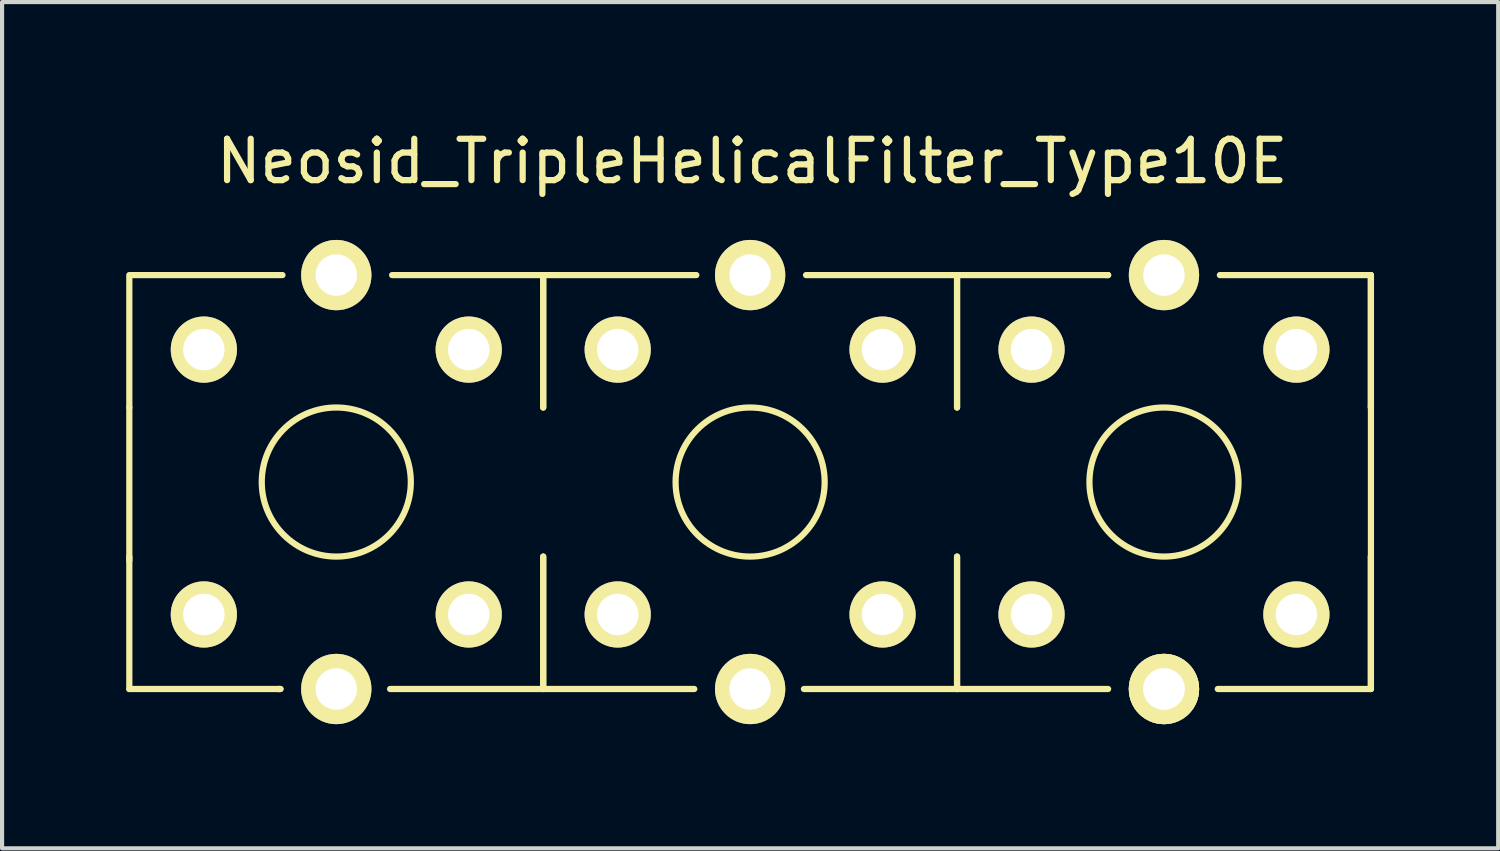
<source format=kicad_pcb>
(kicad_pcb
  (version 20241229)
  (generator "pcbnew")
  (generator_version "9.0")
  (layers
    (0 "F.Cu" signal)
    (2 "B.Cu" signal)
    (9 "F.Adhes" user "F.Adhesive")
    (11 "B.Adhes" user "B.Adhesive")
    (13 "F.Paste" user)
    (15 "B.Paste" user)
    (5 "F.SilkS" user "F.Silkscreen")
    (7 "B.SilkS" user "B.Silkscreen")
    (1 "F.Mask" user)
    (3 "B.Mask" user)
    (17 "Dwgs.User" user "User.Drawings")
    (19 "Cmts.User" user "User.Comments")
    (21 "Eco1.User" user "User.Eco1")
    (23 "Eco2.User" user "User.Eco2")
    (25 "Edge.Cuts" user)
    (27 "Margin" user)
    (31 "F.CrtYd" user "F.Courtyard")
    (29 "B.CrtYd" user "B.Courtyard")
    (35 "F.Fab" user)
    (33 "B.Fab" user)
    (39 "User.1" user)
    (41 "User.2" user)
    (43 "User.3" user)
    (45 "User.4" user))
  (footprint "Neosid_TripleHelicalFilter_Type10E"
    (layer "F.Cu")
    (at 15.076 8.598)
    (property "Reference" "Neosid_TripleHelicalFilter_Type10E" (at 0.051 -7.75 0) (layer "F.SilkS") (effects (font (size 1 1) (thickness 0.15))))
    (attr through_hole)
    (fp_line (start -15.001 -5.001) (end -15.001 -1.801) (stroke (width 0.15) (type solid)) (layer "F.SilkS"))
    (fp_line (start -15.001 -1.801) (end -15.001 1.9) (stroke (width 0.15) (type solid)) (layer "F.SilkS"))
    (fp_line (start -15.001 1.801) (end -15.001 5.001) (stroke (width 0.15) (type solid)) (layer "F.SilkS"))
    (fp_line (start -15.001 5.001) (end -11.349 5.001) (stroke (width 0.15) (type solid)) (layer "F.SilkS"))
    (fp_line (start -11.349 5.001) (end -11.4 5.001) (stroke (width 0.15) (type solid)) (layer "F.SilkS"))
    (fp_line (start -11.3 -5.001) (end -14.95 -5.001) (stroke (width 0.15) (type solid)) (layer "F.SilkS"))
    (fp_line (start -8.7 5.001) (end -1.349 5.001) (stroke (width 0.15) (type solid)) (layer "F.SilkS"))
    (fp_line (start -5.001 -5.001) (end -5.001 -1.801) (stroke (width 0.15) (type solid)) (layer "F.SilkS"))
    (fp_line (start -5.001 1.801) (end -5.001 5.001) (stroke (width 0.15) (type solid)) (layer "F.SilkS"))
    (fp_line (start -4.999 -1.801) (end -4.999 -5.001) (stroke (width 0.15) (type solid)) (layer "F.SilkS"))
    (fp_line (start -4.999 5.001) (end -4.999 1.801) (stroke (width 0.15) (type solid)) (layer "F.SilkS"))
    (fp_line (start -1.3 -5.001) (end -8.651 -5.001) (stroke (width 0.15) (type solid)) (layer "F.SilkS"))
    (fp_line (start 1.3 5.001) (end 5.001 5.001) (stroke (width 0.15) (type solid)) (layer "F.SilkS"))
    (fp_line (start 4.999 -5.001) (end 4.999 -1.801) (stroke (width 0.15) (type solid)) (layer "F.SilkS"))
    (fp_line (start 4.999 1.801) (end 4.999 5.001) (stroke (width 0.15) (type solid)) (layer "F.SilkS"))
    (fp_line (start 5.001 -5.001) (end 1.351 -5.001) (stroke (width 0.15) (type solid)) (layer "F.SilkS"))
    (fp_line (start 5.001 -5.001) (end 8.651 -5.001) (stroke (width 0.15) (type solid)) (layer "F.SilkS"))
    (fp_line (start 5.001 -1.801) (end 5.001 -5.001) (stroke (width 0.15) (type solid)) (layer "F.SilkS"))
    (fp_line (start 5.001 5.001) (end 5.001 1.801) (stroke (width 0.15) (type solid)) (layer "F.SilkS"))
    (fp_line (start 5.001 5.001) (end 8.651 5.001) (stroke (width 0.15) (type solid)) (layer "F.SilkS"))
    (fp_line (start 8.651 -5.001) (end 8.6 -5.001) (stroke (width 0.15) (type solid)) (layer "F.SilkS"))
    (fp_line (start 11.3 5.001) (end 15.001 5.001) (stroke (width 0.15) (type solid)) (layer "F.SilkS"))
    (fp_line (start 11.351 -5.001) (end 15.001 -5.001) (stroke (width 0.15) (type solid)) (layer "F.SilkS"))
    (fp_line (start 14.999 -5.001) (end 14.999 -1.801) (stroke (width 0.15) (type solid)) (layer "F.SilkS"))
    (fp_line (start 14.999 1.801) (end 14.999 5.001) (stroke (width 0.15) (type solid)) (layer "F.SilkS"))
    (fp_line (start 15.001 -1.849) (end 15.001 1.801) (stroke (width 0.15) (type solid)) (layer "F.SilkS"))
    (fp_line (start 15.001 -1.801) (end 15.001 -5.001) (stroke (width 0.15) (type solid)) (layer "F.SilkS"))
    (fp_line (start 15.001 5.001) (end 15.001 1.801) (stroke (width 0.15) (type solid)) (layer "F.SilkS"))
    (fp_circle (center -10 0) (end -8.199 0) (stroke (width 0.15) (type solid)) (fill no) (layer "F.SilkS"))
    (fp_circle (center 0 0) (end 1.801 0) (stroke (width 0.15) (type solid)) (fill no) (layer "F.SilkS"))
    (fp_circle (center 10 0) (end 11.801 0) (stroke (width 0.15) (type solid)) (fill no) (layer "F.SilkS"))
    (pad "1" thru_hole circle (at -6.8 3.2 90) (size 1.6 1.6) (drill 1.001) (layers "*.Cu" "*.Mask" "F.SilkS"))
    (pad "2" thru_hole circle (at -6.8 -3.2 90) (size 1.6 1.6) (drill 1.001) (layers "*.Cu" "*.Mask" "F.SilkS"))
    (pad "4" thru_hole circle (at -13.2 -3.2 90) (size 1.6 1.6) (drill 1.001) (layers "*.Cu" "*.Mask" "F.SilkS"))
    (pad "5" thru_hole circle (at -13.2 3.2 90) (size 1.6 1.6) (drill 1.001) (layers "*.Cu" "*.Mask" "F.SilkS"))
    (pad "21" thru_hole circle (at 3.2 3.2 90) (size 1.6 1.6) (drill 1.001) (layers "*.Cu" "*.Mask" "F.SilkS"))
    (pad "22" thru_hole circle (at 3.2 -3.2 90) (size 1.6 1.6) (drill 1.001) (layers "*.Cu" "*.Mask" "F.SilkS"))
    (pad "24" thru_hole circle (at -3.2 -3.2 90) (size 1.6 1.6) (drill 1.001) (layers "*.Cu" "*.Mask" "F.SilkS"))
    (pad "25" thru_hole circle (at -3.2 3.2 90) (size 1.6 1.6) (drill 1.001) (layers "*.Cu" "*.Mask" "F.SilkS"))
    (pad "31" thru_hole circle (at 13.2 3.2 90) (size 1.6 1.6) (drill 1.001) (layers "*.Cu" "*.Mask" "F.SilkS"))
    (pad "32" thru_hole circle (at 13.2 -3.2 90) (size 1.6 1.6) (drill 1.001) (layers "*.Cu" "*.Mask" "F.SilkS"))
    (pad "34" thru_hole circle (at 6.8 -3.2 90) (size 1.6 1.6) (drill 1.001) (layers "*.Cu" "*.Mask" "F.SilkS"))
    (pad "35" thru_hole circle (at 6.8 3.2 90) (size 1.6 1.6) (drill 1.001) (layers "*.Cu" "*.Mask" "F.SilkS"))
    (pad "~" thru_hole circle (at -10 -5.001 90) (size 1.699 1.699) (drill 1.001) (layers "*.Cu" "*.Mask" "F.SilkS"))
    (pad "~" thru_hole circle (at -10 5.001 90) (size 1.699 1.699) (drill 1.001) (layers "*.Cu" "*.Mask" "F.SilkS"))
    (pad "~" thru_hole circle (at 0 -5.001 90) (size 1.699 1.699) (drill 1.001) (layers "*.Cu" "*.Mask" "F.SilkS"))
    (pad "~" thru_hole circle (at 0 5.001 90) (size 1.699 1.699) (drill 1.001) (layers "*.Cu" "*.Mask" "F.SilkS"))
    (pad "~" thru_hole circle (at 10 -5.001 90) (size 1.699 1.699) (drill 1.001) (layers "*.Cu" "*.Mask" "F.SilkS"))
    (pad "~" thru_hole circle (at 10 5.001 90) (size 1.699 1.699) (drill 1.001) (layers "*.Cu" "*.Mask" "F.SilkS"))
    (pad "~" thru_hole circle (at 10 5.001 90) (size 1.699 1.699) (drill 1.001) (layers "*.Cu" "*.Mask" "F.SilkS")))
  (gr_rect
    (start -3 -3)
    (end 33.152 17.449)
    (stroke (width 0.1) (type default))
    (fill no)
    (layer "Edge.Cuts")))
</source>
